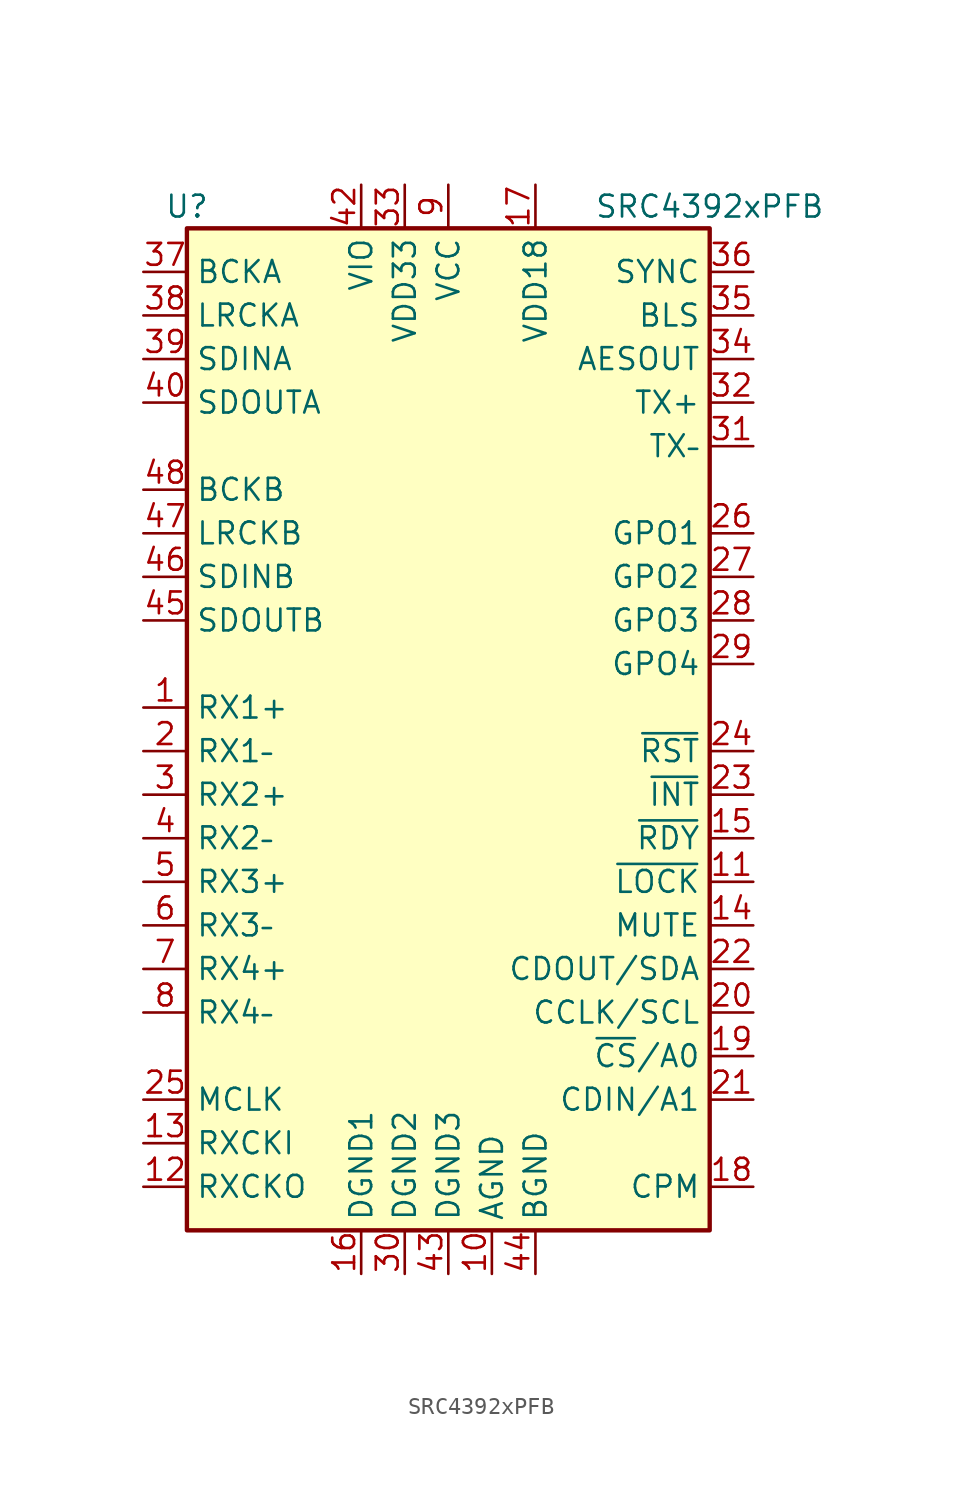
<source format=kicad_sym>
(kicad_symbol_lib
  (version 20211014)
  (generator kicad_symbol_editor)
  (symbol "SRC4392xPFB"
    (property "Reference" "U"
      (at -15.24 31.75 0)
      (effects (font (size 1.27 1.27))))
    (property "Value" "SRC4392xPFB"
      (at 15.24 31.75 0)
      (effects (font (size 1.27 1.27))))
    (symbol "SRC4392xPFB_0_1"
      (rectangle (start -15.24 30.48) (end 15.24 -27.94) (stroke (width 0.254) (type default) (color 0 0 0 0)) (fill (type background))))
    (symbol "SRC4392xPFB_1_1"
      (pin input line (at -17.78 2.54 0) (length 2.54) (name "RX1+" (effects (font (size 1.27 1.27)))) (number "1" (effects (font (size 1.27 1.27)))))
      (pin power_in line (at 2.54 -30.48 90) (length 2.54) (name "AGND" (effects (font (size 1.27 1.27)))) (number "10" (effects (font (size 1.27 1.27)))))
      (pin output line (at 17.78 -7.62 180) (length 2.54) (name "~{LOCK}" (effects (font (size 1.27 1.27)))) (number "11" (effects (font (size 1.27 1.27)))))
      (pin output line (at -17.78 -25.4 0) (length 2.54) (name "RXCKO" (effects (font (size 1.27 1.27)))) (number "12" (effects (font (size 1.27 1.27)))))
      (pin input line (at -17.78 -22.86 0) (length 2.54) (name "RXCKI" (effects (font (size 1.27 1.27)))) (number "13" (effects (font (size 1.27 1.27)))))
      (pin input line (at 17.78 -10.16 180) (length 2.54) (name "MUTE" (effects (font (size 1.27 1.27)))) (number "14" (effects (font (size 1.27 1.27)))))
      (pin output line (at 17.78 -5.08 180) (length 2.54) (name "~{RDY}" (effects (font (size 1.27 1.27)))) (number "15" (effects (font (size 1.27 1.27)))))
      (pin power_in line (at -5.08 -30.48 90) (length 2.54) (name "DGND1" (effects (font (size 1.27 1.27)))) (number "16" (effects (font (size 1.27 1.27)))))
      (pin power_in line (at 5.08 33.02 270) (length 2.54) (name "VDD18" (effects (font (size 1.27 1.27)))) (number "17" (effects (font (size 1.27 1.27)))))
      (pin input line (at 17.78 -25.4 180) (length 2.54) (name "CPM" (effects (font (size 1.27 1.27)))) (number "18" (effects (font (size 1.27 1.27)))))
      (pin input line (at 17.78 -17.78 180) (length 2.54) (name "~{CS}/A0" (effects (font (size 1.27 1.27)))) (number "19" (effects (font (size 1.27 1.27)))))
      (pin input line (at -17.78 0 0) (length 2.54) (name "RX1–" (effects (font (size 1.27 1.27)))) (number "2" (effects (font (size 1.27 1.27)))))
      (pin input line (at 17.78 -15.24 180) (length 2.54) (name "CCLK/SCL" (effects (font (size 1.27 1.27)))) (number "20" (effects (font (size 1.27 1.27)))))
      (pin input line (at 17.78 -20.32 180) (length 2.54) (name "CDIN/A1" (effects (font (size 1.27 1.27)))) (number "21" (effects (font (size 1.27 1.27)))))
      (pin bidirectional line (at 17.78 -12.7 180) (length 2.54) (name "CDOUT/SDA" (effects (font (size 1.27 1.27)))) (number "22" (effects (font (size 1.27 1.27)))))
      (pin open_collector line (at 17.78 -2.54 180) (length 2.54) (name "~{INT}" (effects (font (size 1.27 1.27)))) (number "23" (effects (font (size 1.27 1.27)))))
      (pin input line (at 17.78 0 180) (length 2.54) (name "~{RST}" (effects (font (size 1.27 1.27)))) (number "24" (effects (font (size 1.27 1.27)))))
      (pin input line (at -17.78 -20.32 0) (length 2.54) (name "MCLK" (effects (font (size 1.27 1.27)))) (number "25" (effects (font (size 1.27 1.27)))))
      (pin output line (at 17.78 12.7 180) (length 2.54) (name "GPO1" (effects (font (size 1.27 1.27)))) (number "26" (effects (font (size 1.27 1.27)))))
      (pin output line (at 17.78 10.16 180) (length 2.54) (name "GPO2" (effects (font (size 1.27 1.27)))) (number "27" (effects (font (size 1.27 1.27)))))
      (pin output line (at 17.78 7.62 180) (length 2.54) (name "GPO3" (effects (font (size 1.27 1.27)))) (number "28" (effects (font (size 1.27 1.27)))))
      (pin output line (at 17.78 5.08 180) (length 2.54) (name "GPO4" (effects (font (size 1.27 1.27)))) (number "29" (effects (font (size 1.27 1.27)))))
      (pin input line (at -17.78 -2.54 0) (length 2.54) (name "RX2+" (effects (font (size 1.27 1.27)))) (number "3" (effects (font (size 1.27 1.27)))))
      (pin power_in line (at -2.54 -30.48 90) (length 2.54) (name "DGND2" (effects (font (size 1.27 1.27)))) (number "30" (effects (font (size 1.27 1.27)))))
      (pin output line (at 17.78 17.78 180) (length 2.54) (name "TX–" (effects (font (size 1.27 1.27)))) (number "31" (effects (font (size 1.27 1.27)))))
      (pin output line (at 17.78 20.32 180) (length 2.54) (name "TX+" (effects (font (size 1.27 1.27)))) (number "32" (effects (font (size 1.27 1.27)))))
      (pin power_in line (at -2.54 33.02 270) (length 2.54) (name "VDD33" (effects (font (size 1.27 1.27)))) (number "33" (effects (font (size 1.27 1.27)))))
      (pin output line (at 17.78 22.86 180) (length 2.54) (name "AESOUT" (effects (font (size 1.27 1.27)))) (number "34" (effects (font (size 1.27 1.27)))))
      (pin bidirectional line (at 17.78 25.4 180) (length 2.54) (name "BLS" (effects (font (size 1.27 1.27)))) (number "35" (effects (font (size 1.27 1.27)))))
      (pin output line (at 17.78 27.94 180) (length 2.54) (name "SYNC" (effects (font (size 1.27 1.27)))) (number "36" (effects (font (size 1.27 1.27)))))
      (pin bidirectional line (at -17.78 27.94 0) (length 2.54) (name "BCKA" (effects (font (size 1.27 1.27)))) (number "37" (effects (font (size 1.27 1.27)))))
      (pin bidirectional line (at -17.78 25.4 0) (length 2.54) (name "LRCKA" (effects (font (size 1.27 1.27)))) (number "38" (effects (font (size 1.27 1.27)))))
      (pin input line (at -17.78 22.86 0) (length 2.54) (name "SDINA" (effects (font (size 1.27 1.27)))) (number "39" (effects (font (size 1.27 1.27)))))
      (pin input line (at -17.78 -5.08 0) (length 2.54) (name "RX2–" (effects (font (size 1.27 1.27)))) (number "4" (effects (font (size 1.27 1.27)))))
      (pin output line (at -17.78 20.32 0) (length 2.54) (name "SDOUTA" (effects (font (size 1.27 1.27)))) (number "40" (effects (font (size 1.27 1.27)))))
      (pin no_connect line (at 10.16 -27.94 90) (length 2.54) hide (name "NC" (effects (font (size 1.27 1.27)))) (number "41" (effects (font (size 1.27 1.27)))))
      (pin power_in line (at -5.08 33.02 270) (length 2.54) (name "VIO" (effects (font (size 1.27 1.27)))) (number "42" (effects (font (size 1.27 1.27)))))
      (pin power_in line (at 0 -30.48 90) (length 2.54) (name "DGND3" (effects (font (size 1.27 1.27)))) (number "43" (effects (font (size 1.27 1.27)))))
      (pin power_in line (at 5.08 -30.48 90) (length 2.54) (name "BGND" (effects (font (size 1.27 1.27)))) (number "44" (effects (font (size 1.27 1.27)))))
      (pin output line (at -17.78 7.62 0) (length 2.54) (name "SDOUTB" (effects (font (size 1.27 1.27)))) (number "45" (effects (font (size 1.27 1.27)))))
      (pin input line (at -17.78 10.16 0) (length 2.54) (name "SDINB" (effects (font (size 1.27 1.27)))) (number "46" (effects (font (size 1.27 1.27)))))
      (pin bidirectional line (at -17.78 12.7 0) (length 2.54) (name "LRCKB" (effects (font (size 1.27 1.27)))) (number "47" (effects (font (size 1.27 1.27)))))
      (pin bidirectional line (at -17.78 15.24 0) (length 2.54) (name "BCKB" (effects (font (size 1.27 1.27)))) (number "48" (effects (font (size 1.27 1.27)))))
      (pin input line (at -17.78 -7.62 0) (length 2.54) (name "RX3+" (effects (font (size 1.27 1.27)))) (number "5" (effects (font (size 1.27 1.27)))))
      (pin input line (at -17.78 -10.16 0) (length 2.54) (name "RX3–" (effects (font (size 1.27 1.27)))) (number "6" (effects (font (size 1.27 1.27)))))
      (pin input line (at -17.78 -12.7 0) (length 2.54) (name "RX4+" (effects (font (size 1.27 1.27)))) (number "7" (effects (font (size 1.27 1.27)))))
      (pin input line (at -17.78 -15.24 0) (length 2.54) (name "RX4–" (effects (font (size 1.27 1.27)))) (number "8" (effects (font (size 1.27 1.27)))))
      (pin power_in line (at 0 33.02 270) (length 2.54) (name "VCC" (effects (font (size 1.27 1.27)))) (number "9" (effects (font (size 1.27 1.27))))))))
</source>
